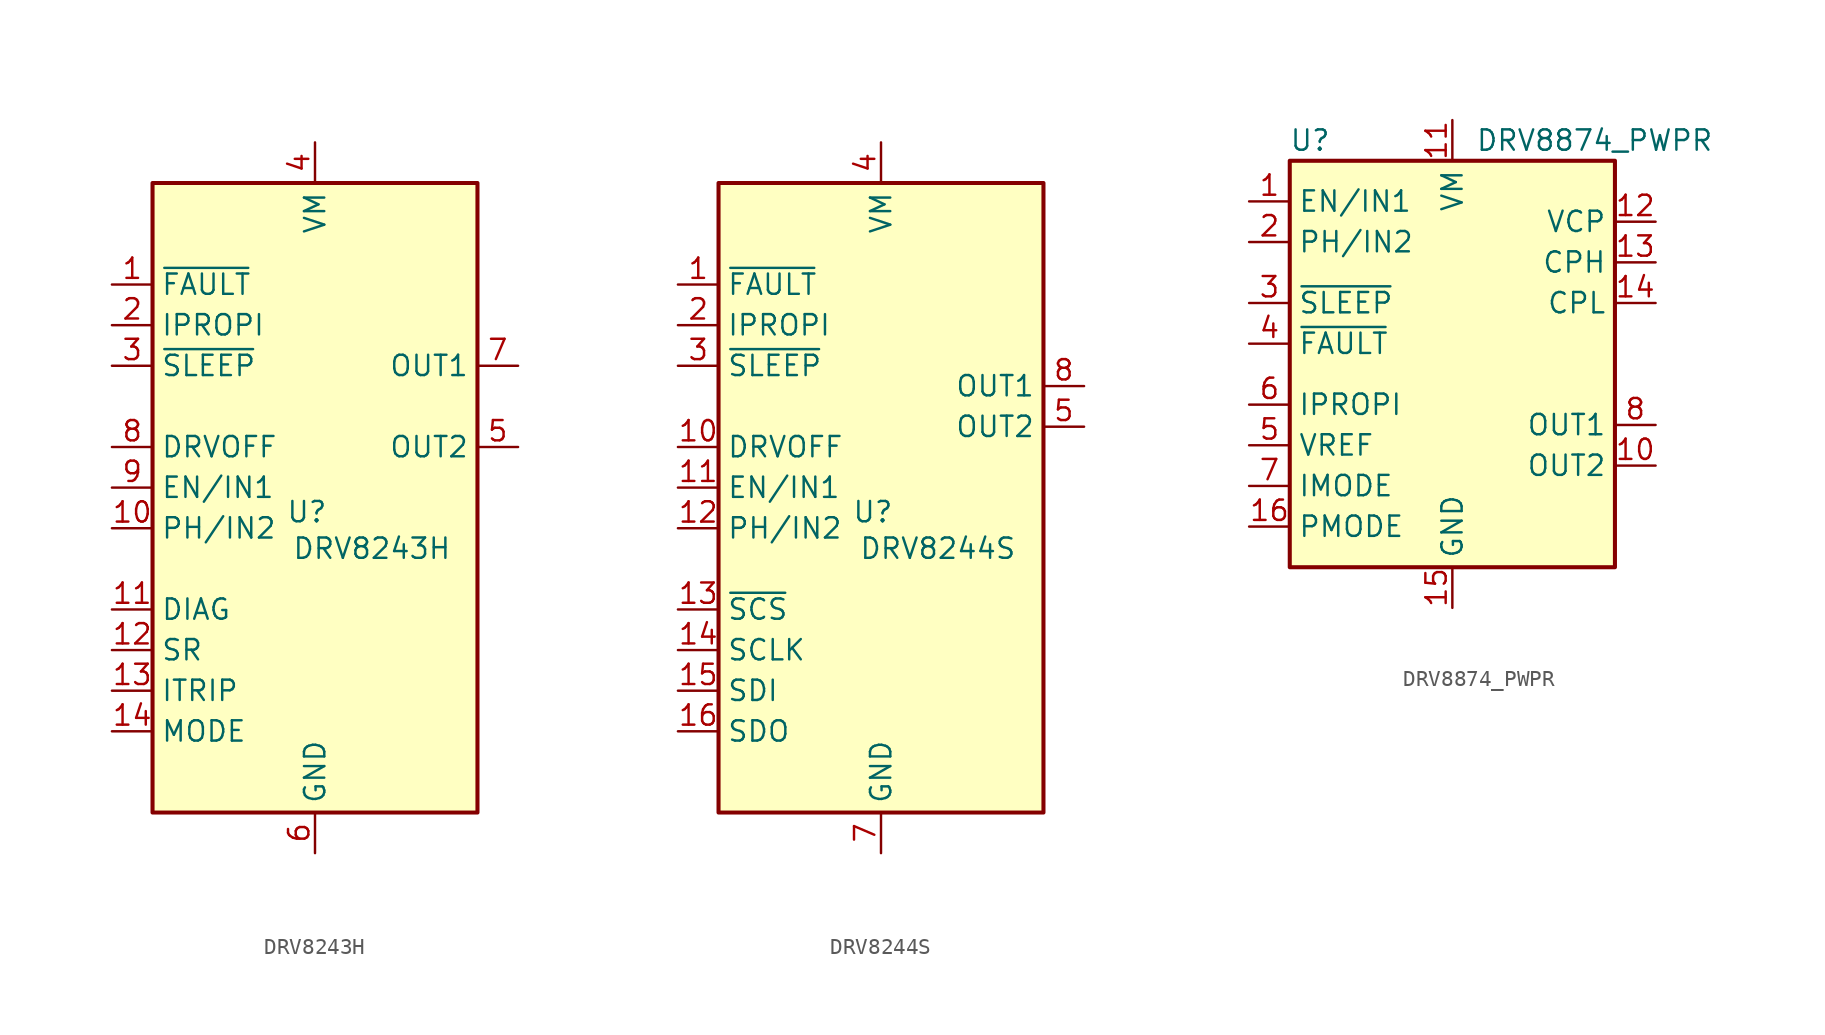
<source format=kicad_sym>
(kicad_symbol_lib
  (version 20241209)
  (generator "kicad_symbol_editor")
  (generator_version "9.0")
  (symbol "DRV8243H"
    (property "Reference" "U"
      (at -0.508 -1.524 0)
      (effects (font (size 1.27 1.27))))
    (property "Value" "DRV8243H"
      (at 3.556 -3.81 0)
      (effects (font (size 1.27 1.27))))
    (symbol "DRV8243H_0_1"
      (rectangle (start -10.16 19.05) (end 10.16 -20.32) (stroke (width 0.254) (type default)) (fill (type background))))
    (symbol "DRV8243H_1_1"
      (pin output line (at -12.7 12.7 0) (length 2.54) (name "~{FAULT}" (effects (font (size 1.27 1.27)))) (number "1" (effects (font (size 1.27 1.27)))))
      (pin bidirectional line (at -12.7 10.16 0) (length 2.54) (name "IPROPI" (effects (font (size 1.27 1.27)))) (number "2" (effects (font (size 1.27 1.27)))))
      (pin input line (at -12.7 7.62 0) (length 2.54) (name "~{SLEEP}" (effects (font (size 1.27 1.27)))) (number "3" (effects (font (size 1.27 1.27)))))
      (pin input line (at -12.7 2.54 0) (length 2.54) (name "DRVOFF" (effects (font (size 1.27 1.27)))) (number "8" (effects (font (size 1.27 1.27)))))
      (pin input line (at -12.7 0 0) (length 2.54) (name "EN/IN1" (effects (font (size 1.27 1.27)))) (number "9" (effects (font (size 1.27 1.27)))))
      (pin input line (at -12.7 -2.54 0) (length 2.54) (name "PH/IN2" (effects (font (size 1.27 1.27)))) (number "10" (effects (font (size 1.27 1.27)))))
      (pin input line (at -12.7 -7.62 0) (length 2.54) (name "DIAG" (effects (font (size 1.27 1.27)))) (number "11" (effects (font (size 1.27 1.27)))))
      (pin input line (at -12.7 -10.16 0) (length 2.54) (name "SR" (effects (font (size 1.27 1.27)))) (number "12" (effects (font (size 1.27 1.27)))))
      (pin input line (at -12.7 -12.7 0) (length 2.54) (name "ITRIP" (effects (font (size 1.27 1.27)))) (number "13" (effects (font (size 1.27 1.27)))))
      (pin input line (at -12.7 -15.24 0) (length 2.54) (name "MODE" (effects (font (size 1.27 1.27)))) (number "14" (effects (font (size 1.27 1.27)))))
      (pin power_in line (at 0 21.59 270) (length 2.54) (name "VM" (effects (font (size 1.27 1.27)))) (number "4" (effects (font (size 1.27 1.27)))))
      (pin power_in line (at 0 -22.86 90) (length 2.54) (name "GND" (effects (font (size 1.27 1.27)))) (number "6" (effects (font (size 1.27 1.27)))))
      (pin power_out line (at 12.7 7.62 180) (length 2.54) (name "OUT1" (effects (font (size 1.27 1.27)))) (number "7" (effects (font (size 1.27 1.27)))))
      (pin power_out line (at 12.7 2.54 180) (length 2.54) (name "OUT2" (effects (font (size 1.27 1.27)))) (number "5" (effects (font (size 1.27 1.27)))))))
  (symbol "DRV8244S"
    (property "Reference" "U"
      (at -0.508 -1.524 0)
      (effects (font (size 1.27 1.27))))
    (property "Value" "DRV8244S"
      (at 3.556 -3.81 0)
      (effects (font (size 1.27 1.27))))
    (symbol "DRV8244S_0_1"
      (rectangle (start -10.16 19.05) (end 10.16 -20.32) (stroke (width 0.254) (type default)) (fill (type background))))
    (symbol "DRV8244S_1_1"
      (pin output line (at -12.7 12.7 0) (length 2.54) (name "~{FAULT}" (effects (font (size 1.27 1.27)))) (number "1" (effects (font (size 1.27 1.27)))))
      (pin bidirectional line (at -12.7 10.16 0) (length 2.54) (name "IPROPI" (effects (font (size 1.27 1.27)))) (number "2" (effects (font (size 1.27 1.27)))))
      (pin input line (at -12.7 7.62 0) (length 2.54) (name "~{SLEEP}" (effects (font (size 1.27 1.27)))) (number "3" (effects (font (size 1.27 1.27)))))
      (pin input line (at -12.7 2.54 0) (length 2.54) (name "DRVOFF" (effects (font (size 1.27 1.27)))) (number "10" (effects (font (size 1.27 1.27)))))
      (pin input line (at -12.7 0 0) (length 2.54) (name "EN/IN1" (effects (font (size 1.27 1.27)))) (number "11" (effects (font (size 1.27 1.27)))))
      (pin input line (at -12.7 -2.54 0) (length 2.54) (name "PH/IN2" (effects (font (size 1.27 1.27)))) (number "12" (effects (font (size 1.27 1.27)))))
      (pin input line (at -12.7 -7.62 0) (length 2.54) (name "~{SCS}" (effects (font (size 1.27 1.27)))) (number "13" (effects (font (size 1.27 1.27)))))
      (pin input line (at -12.7 -10.16 0) (length 2.54) (name "SCLK" (effects (font (size 1.27 1.27)))) (number "14" (effects (font (size 1.27 1.27)))))
      (pin input line (at -12.7 -12.7 0) (length 2.54) (name "SDI" (effects (font (size 1.27 1.27)))) (number "15" (effects (font (size 1.27 1.27)))))
      (pin output line (at -12.7 -15.24 0) (length 2.54) (name "SDO" (effects (font (size 1.27 1.27)))) (number "16" (effects (font (size 1.27 1.27)))))
      (pin power_in line (at 0 21.59 270) (length 2.54) (name "VM" (effects (font (size 1.27 1.27)))) (number "4" (effects (font (size 1.27 1.27)))))
      (pin power_in line (at 0 -22.86 90) (length 2.54) (name "GND" (effects (font (size 1.27 1.27)))) (number "7" (effects (font (size 1.27 1.27)))))
      (pin power_out line (at 12.7 6.35 180) (length 2.54) (name "OUT1" (effects (font (size 1.27 1.27)))) (number "8" (effects (font (size 1.27 1.27)))))
      (pin power_out line (at 12.7 6.35 180) (length 2.54) (hide yes) (name "OUT1" (effects (font (size 1.27 1.27)))) (number "9" (effects (font (size 1.27 1.27)))))
      (pin power_out line (at 12.7 3.81 180) (length 2.54) (name "OUT2" (effects (font (size 1.27 1.27)))) (number "5" (effects (font (size 1.27 1.27)))))
      (pin power_out line (at 12.7 3.81 180) (length 2.54) (hide yes) (name "OUT2" (effects (font (size 1.27 1.27)))) (number "6" (effects (font (size 1.27 1.27)))))))
  (symbol "DRV8874_PWPR"
    (property "Reference" "U"
      (at -8.89 13.97 0)
      (effects (font (size 1.27 1.27))))
    (property "Value" "DRV8874_PWPR"
      (at 8.89 13.97 0)
      (effects (font (size 1.27 1.27))))
    (symbol "DRV8874_PWPR_0_1"
      (rectangle (start -10.16 12.7) (end 10.16 -12.7) (stroke (width 0.254) (type default)) (fill (type background))))
    (symbol "DRV8874_PWPR_1_1"
      (pin input line (at -12.7 10.16 0) (length 2.54) (name "EN/IN1" (effects (font (size 1.27 1.27)))) (number "1" (effects (font (size 1.27 1.27)))))
      (pin input line (at -12.7 7.62 0) (length 2.54) (name "PH/IN2" (effects (font (size 1.27 1.27)))) (number "2" (effects (font (size 1.27 1.27)))))
      (pin input line (at -12.7 3.81 0) (length 2.54) (name "~{SLEEP}" (effects (font (size 1.27 1.27)))) (number "3" (effects (font (size 1.27 1.27)))))
      (pin open_collector line (at -12.7 1.27 0) (length 2.54) (name "~{FAULT}" (effects (font (size 1.27 1.27)))) (number "4" (effects (font (size 1.27 1.27)))))
      (pin output line (at -12.7 -2.54 0) (length 2.54) (name "IPROPI" (effects (font (size 1.27 1.27)))) (number "6" (effects (font (size 1.27 1.27)))))
      (pin input line (at -12.7 -5.08 0) (length 2.54) (name "VREF" (effects (font (size 1.27 1.27)))) (number "5" (effects (font (size 1.27 1.27)))))
      (pin input line (at -12.7 -7.62 0) (length 2.54) (name "IMODE" (effects (font (size 1.27 1.27)))) (number "7" (effects (font (size 1.27 1.27)))))
      (pin input line (at -12.7 -10.16 0) (length 2.54) (name "PMODE" (effects (font (size 1.27 1.27)))) (number "16" (effects (font (size 1.27 1.27)))))
      (pin power_in line (at 0 15.24 270) (length 2.54) (name "VM" (effects (font (size 1.27 1.27)))) (number "11" (effects (font (size 1.27 1.27)))))
      (pin power_in line (at 0 -15.24 90) (length 2.54) (name "GND" (effects (font (size 1.27 1.27)))) (number "15" (effects (font (size 1.27 1.27)))))
      (pin power_in line (at 0 -15.24 90) (length 2.54) (hide yes) (name "EP" (effects (font (size 1.27 1.27)))) (number "17" (effects (font (size 1.27 1.27)))))
      (pin power_in line (at 0 -15.24 90) (length 2.54) (hide yes) (name "PGND" (effects (font (size 1.27 1.27)))) (number "9" (effects (font (size 1.27 1.27)))))
      (pin power_in line (at 12.7 8.89 180) (length 2.54) (name "VCP" (effects (font (size 1.27 1.27)))) (number "12" (effects (font (size 1.27 1.27)))))
      (pin power_in line (at 12.7 6.35 180) (length 2.54) (name "CPH" (effects (font (size 1.27 1.27)))) (number "13" (effects (font (size 1.27 1.27)))))
      (pin power_in line (at 12.7 3.81 180) (length 2.54) (name "CPL" (effects (font (size 1.27 1.27)))) (number "14" (effects (font (size 1.27 1.27)))))
      (pin output line (at 12.7 -3.81 180) (length 2.54) (name "OUT1" (effects (font (size 1.27 1.27)))) (number "8" (effects (font (size 1.27 1.27)))))
      (pin output line (at 12.7 -6.35 180) (length 2.54) (name "OUT2" (effects (font (size 1.27 1.27)))) (number "10" (effects (font (size 1.27 1.27))))))))
</source>
